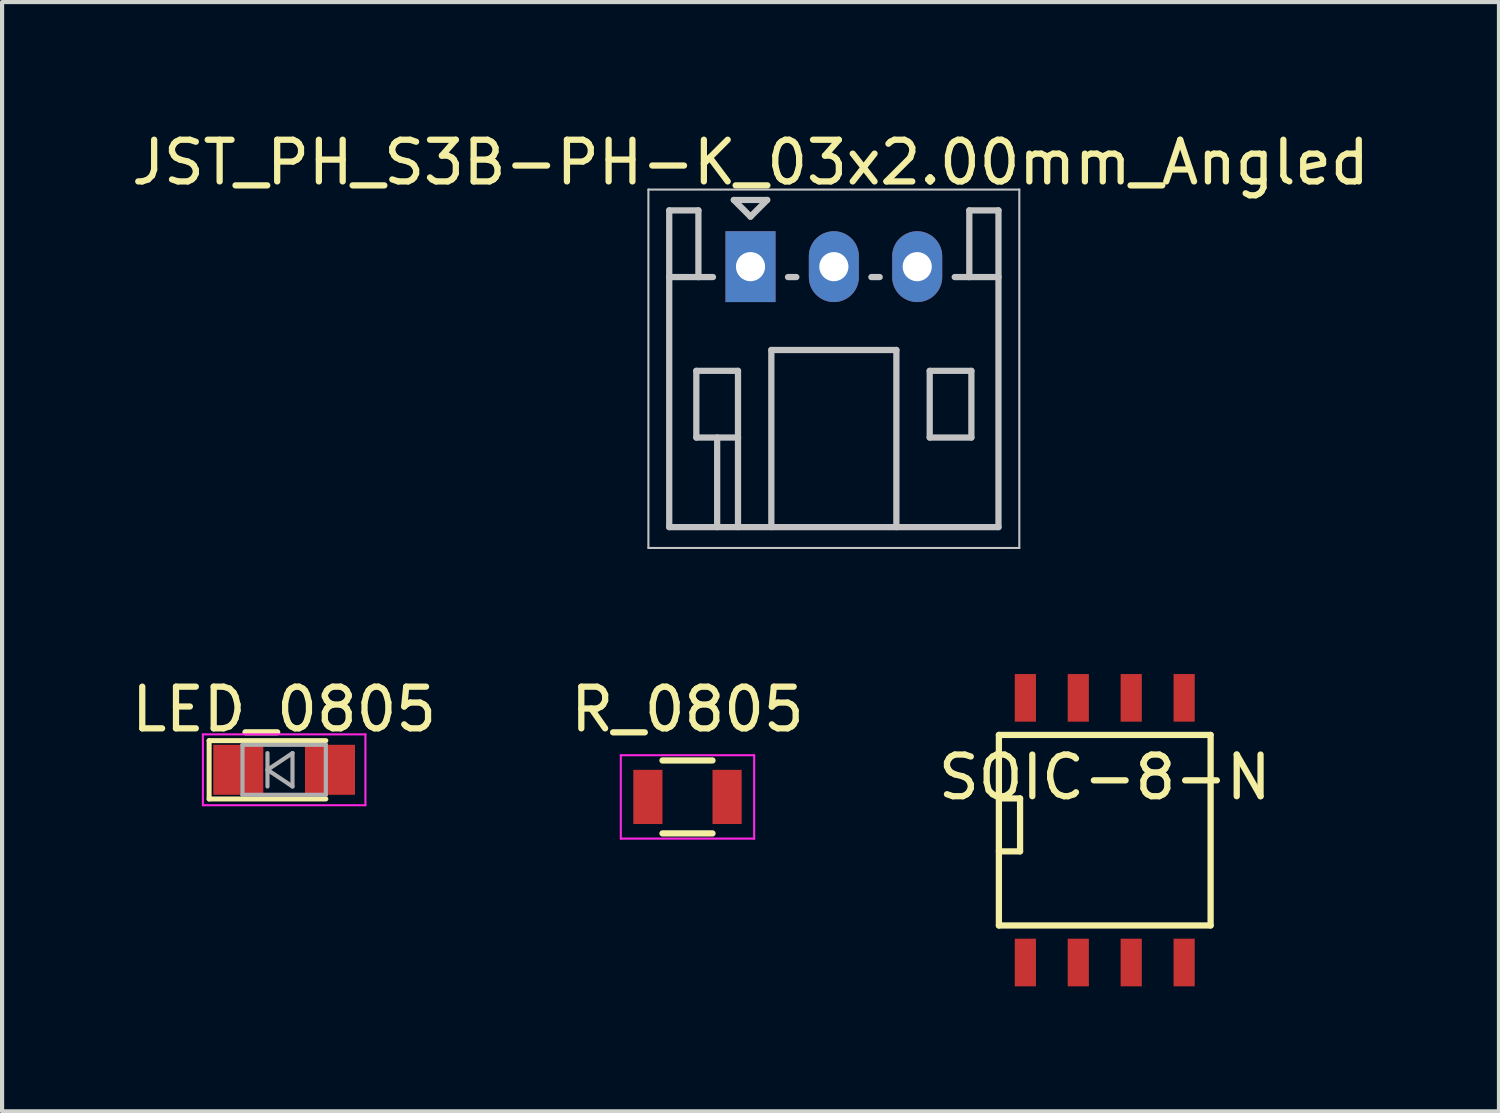
<source format=kicad_pcb>
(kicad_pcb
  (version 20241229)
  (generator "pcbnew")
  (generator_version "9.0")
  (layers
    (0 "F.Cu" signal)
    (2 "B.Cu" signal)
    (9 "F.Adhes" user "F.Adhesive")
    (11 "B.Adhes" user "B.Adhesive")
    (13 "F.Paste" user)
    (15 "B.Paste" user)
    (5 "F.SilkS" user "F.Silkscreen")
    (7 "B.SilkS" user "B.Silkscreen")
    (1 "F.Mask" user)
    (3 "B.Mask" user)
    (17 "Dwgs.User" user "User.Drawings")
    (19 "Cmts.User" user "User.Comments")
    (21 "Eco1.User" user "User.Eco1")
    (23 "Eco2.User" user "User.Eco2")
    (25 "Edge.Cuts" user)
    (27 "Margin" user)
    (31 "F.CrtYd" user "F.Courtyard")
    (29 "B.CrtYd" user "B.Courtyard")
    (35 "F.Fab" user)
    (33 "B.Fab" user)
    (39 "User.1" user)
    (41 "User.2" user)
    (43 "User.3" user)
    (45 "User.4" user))
  (footprint "R_0805"
    (layer "F.Cu")
    (at 13.446 16.072)
    (property "Reference" "R_0805" (at 0 -2.1 0) (layer "F.SilkS") (effects (font (size 1 1) (thickness 0.15))))
    (attr smd)
    (fp_line (start -0.6 -0.875) (end 0.6 -0.875) (stroke (width 0.15) (type solid)) (layer "F.SilkS"))
    (fp_line (start 0.6 0.875) (end -0.6 0.875) (stroke (width 0.15) (type solid)) (layer "F.SilkS"))
    (fp_line (start -1.6 -1) (end -1.6 1) (stroke (width 0.05) (type solid)) (layer "F.CrtYd"))
    (fp_line (start -1.6 -1) (end 1.6 -1) (stroke (width 0.05) (type solid)) (layer "F.CrtYd"))
    (fp_line (start -1.6 1) (end 1.6 1) (stroke (width 0.05) (type solid)) (layer "F.CrtYd"))
    (fp_line (start 1.6 -1) (end 1.6 1) (stroke (width 0.05) (type solid)) (layer "F.CrtYd"))
    (pad "1" smd rect (at -0.95 0) (size 0.7 1.3) (layers "F.Cu" "F.Mask" "F.Paste"))
    (pad "2" smd rect (at 0.95 0) (size 0.7 1.3) (layers "F.Cu" "F.Mask" "F.Paste")))
  (footprint "LED_0805"
    (layer "F.Cu")
    (at 3.768 15.421)
    (property "Reference" "LED_0805" (at 0 -1.45 0) (layer "F.SilkS") (effects (font (size 1 1) (thickness 0.15))))
    (attr smd)
    (fp_line (start -1.8 -0.7) (end -1.8 0.7) (stroke (width 0.12) (type solid)) (layer "F.SilkS"))
    (fp_line (start -1.8 -0.7) (end 1 -0.7) (stroke (width 0.12) (type solid)) (layer "F.SilkS"))
    (fp_line (start -1.8 0.7) (end 1 0.7) (stroke (width 0.12) (type solid)) (layer "F.SilkS"))
    (fp_line (start -1.95 -0.85) (end 1.95 -0.85) (stroke (width 0.05) (type solid)) (layer "F.CrtYd"))
    (fp_line (start -1.95 0.85) (end -1.95 -0.85) (stroke (width 0.05) (type solid)) (layer "F.CrtYd"))
    (fp_line (start 1.95 -0.85) (end 1.95 0.85) (stroke (width 0.05) (type solid)) (layer "F.CrtYd"))
    (fp_line (start 1.95 0.85) (end -1.95 0.85) (stroke (width 0.05) (type solid)) (layer "F.CrtYd"))
    (fp_line (start -1 -0.6) (end 1 -0.6) (stroke (width 0.1) (type solid)) (layer "F.Fab"))
    (fp_line (start -1 0.6) (end -1 -0.6) (stroke (width 0.1) (type solid)) (layer "F.Fab"))
    (fp_line (start -0.4 -0.4) (end -0.4 0.4) (stroke (width 0.1) (type solid)) (layer "F.Fab"))
    (fp_line (start -0.4 0) (end 0.2 -0.4) (stroke (width 0.1) (type solid)) (layer "F.Fab"))
    (fp_line (start 0.2 -0.4) (end 0.2 0.4) (stroke (width 0.1) (type solid)) (layer "F.Fab"))
    (fp_line (start 0.2 0.4) (end -0.4 0) (stroke (width 0.1) (type solid)) (layer "F.Fab"))
    (fp_line (start 1 -0.6) (end 1 0.6) (stroke (width 0.1) (type solid)) (layer "F.Fab"))
    (fp_line (start 1 0.6) (end -1 0.6) (stroke (width 0.1) (type solid)) (layer "F.Fab"))
    (pad "1" smd rect (at -1.1 0 180) (size 1.2 1.2) (layers "F.Cu" "F.Mask" "F.Paste"))
    (pad "2" smd rect (at 1.1 0 180) (size 1.2 1.2) (layers "F.Cu" "F.Mask" "F.Paste")))
  (footprint "JST_PH_S3B-PH-K_03x2.00mm_Angled"
    (layer "F.Cu")
    (at 14.958 3.348)
    (property "Reference" "JST_PH_S3B-PH-K_03x2.00mm_Angled" (at 0 -2.5 0) (layer "F.SilkS") (effects (font (size 1 1) (thickness 0.15))))
    (attr through_hole)
    (fp_line (start -2.45 -1.85) (end 6.45 -1.85) (stroke (width 0.05) (type solid)) (layer "Dwgs.User"))
    (fp_line (start -2.45 6.75) (end -2.45 -1.85) (stroke (width 0.05) (type solid)) (layer "Dwgs.User"))
    (fp_line (start -1.95 -1.35) (end -1.95 6.25) (stroke (width 0.15) (type solid)) (layer "Dwgs.User"))
    (fp_line (start -1.95 0.25) (end -1.25 0.25) (stroke (width 0.15) (type solid)) (layer "Dwgs.User"))
    (fp_line (start -1.95 6.25) (end 5.95 6.25) (stroke (width 0.15) (type solid)) (layer "Dwgs.User"))
    (fp_line (start -1.3 2.5) (end -1.3 4.1) (stroke (width 0.15) (type solid)) (layer "Dwgs.User"))
    (fp_line (start -1.3 4.1) (end -0.3 4.1) (stroke (width 0.15) (type solid)) (layer "Dwgs.User"))
    (fp_line (start -1.25 -1.35) (end -1.95 -1.35) (stroke (width 0.15) (type solid)) (layer "Dwgs.User"))
    (fp_line (start -1.25 0.25) (end -1.25 -1.35) (stroke (width 0.15) (type solid)) (layer "Dwgs.User"))
    (fp_line (start -0.9 0.25) (end -1.25 0.25) (stroke (width 0.15) (type solid)) (layer "Dwgs.User"))
    (fp_line (start -0.8 4.1) (end -0.8 6.25) (stroke (width 0.15) (type solid)) (layer "Dwgs.User"))
    (fp_line (start -0.4 -1.6) (end 0.4 -1.6) (stroke (width 0.15) (type solid)) (layer "Dwgs.User"))
    (fp_line (start -0.3 2.5) (end -1.3 2.5) (stroke (width 0.15) (type solid)) (layer "Dwgs.User"))
    (fp_line (start -0.3 4.1) (end -0.3 2.5) (stroke (width 0.15) (type solid)) (layer "Dwgs.User"))
    (fp_line (start -0.3 4.1) (end -0.3 6.25) (stroke (width 0.15) (type solid)) (layer "Dwgs.User"))
    (fp_line (start 0 -1.2) (end -0.4 -1.6) (stroke (width 0.15) (type solid)) (layer "Dwgs.User"))
    (fp_line (start 0.4 -1.6) (end 0 -1.2) (stroke (width 0.15) (type solid)) (layer "Dwgs.User"))
    (fp_line (start 0.5 2) (end 3.5 2) (stroke (width 0.15) (type solid)) (layer "Dwgs.User"))
    (fp_line (start 0.5 6.25) (end 0.5 2) (stroke (width 0.15) (type solid)) (layer "Dwgs.User"))
    (fp_line (start 0.9 0.25) (end 1.1 0.25) (stroke (width 0.15) (type solid)) (layer "Dwgs.User"))
    (fp_line (start 2.9 0.25) (end 3.1 0.25) (stroke (width 0.15) (type solid)) (layer "Dwgs.User"))
    (fp_line (start 3.5 2) (end 3.5 6.25) (stroke (width 0.15) (type solid)) (layer "Dwgs.User"))
    (fp_line (start 4.3 2.5) (end 5.3 2.5) (stroke (width 0.15) (type solid)) (layer "Dwgs.User"))
    (fp_line (start 4.3 4.1) (end 4.3 2.5) (stroke (width 0.15) (type solid)) (layer "Dwgs.User"))
    (fp_line (start 5.25 -1.35) (end 5.25 0.25) (stroke (width 0.15) (type solid)) (layer "Dwgs.User"))
    (fp_line (start 5.25 0.25) (end 4.9 0.25) (stroke (width 0.15) (type solid)) (layer "Dwgs.User"))
    (fp_line (start 5.3 2.5) (end 5.3 4.1) (stroke (width 0.15) (type solid)) (layer "Dwgs.User"))
    (fp_line (start 5.3 4.1) (end 4.3 4.1) (stroke (width 0.15) (type solid)) (layer "Dwgs.User"))
    (fp_line (start 5.95 -1.35) (end 5.25 -1.35) (stroke (width 0.15) (type solid)) (layer "Dwgs.User"))
    (fp_line (start 5.95 0.25) (end 5.25 0.25) (stroke (width 0.15) (type solid)) (layer "Dwgs.User"))
    (fp_line (start 5.95 6.25) (end 5.95 -1.35) (stroke (width 0.15) (type solid)) (layer "Dwgs.User"))
    (fp_line (start 6.45 -1.85) (end 6.45 6.75) (stroke (width 0.05) (type solid)) (layer "Dwgs.User"))
    (fp_line (start 6.45 6.75) (end -2.45 6.75) (stroke (width 0.05) (type solid)) (layer "Dwgs.User"))
    (pad "1" thru_hole rect (at 0 0) (size 1.2 1.7) (drill 0.7) (layers "*.Cu" "*.Mask"))
    (pad "2" thru_hole oval (at 2 0) (size 1.2 1.7) (drill 0.7) (layers "*.Cu" "*.Mask"))
    (pad "3" thru_hole oval (at 4 0) (size 1.2 1.7) (drill 0.7) (layers "*.Cu" "*.Mask")))
  (footprint "SOIC-8-N"
    (layer "F.Cu")
    (at 23.458 16.87)
    (property "Reference" "SOIC-8-N" (at 0 -1.27 0) (layer "F.SilkS") (effects (font (size 1 1) (thickness 0.15))))
    (attr smd)
    (fp_line (start -2.54 -2.286) (end 2.54 -2.286) (stroke (width 0.15) (type solid)) (layer "F.SilkS"))
    (fp_line (start -2.54 -0.762) (end -2.032 -0.762) (stroke (width 0.15) (type solid)) (layer "F.SilkS"))
    (fp_line (start -2.54 2.286) (end -2.54 -2.286) (stroke (width 0.15) (type solid)) (layer "F.SilkS"))
    (fp_line (start -2.032 -0.762) (end -2.032 0.508) (stroke (width 0.15) (type solid)) (layer "F.SilkS"))
    (fp_line (start -2.032 0.508) (end -2.54 0.508) (stroke (width 0.15) (type solid)) (layer "F.SilkS"))
    (fp_line (start 2.54 -2.286) (end 2.54 2.286) (stroke (width 0.15) (type solid)) (layer "F.SilkS"))
    (fp_line (start 2.54 2.286) (end -2.54 2.286) (stroke (width 0.15) (type solid)) (layer "F.SilkS"))
    (pad "1" smd rect (at -1.905 3.175) (size 0.508 1.143) (layers "F.Cu" "F.Mask" "F.Paste"))
    (pad "2" smd rect (at -0.635 3.175) (size 0.508 1.143) (layers "F.Cu" "F.Mask" "F.Paste"))
    (pad "3" smd rect (at 0.635 3.175) (size 0.508 1.143) (layers "F.Cu" "F.Mask" "F.Paste"))
    (pad "4" smd rect (at 1.905 3.175) (size 0.508 1.143) (layers "F.Cu" "F.Mask" "F.Paste"))
    (pad "5" smd rect (at 1.905 -3.175) (size 0.508 1.143) (layers "F.Cu" "F.Mask" "F.Paste"))
    (pad "6" smd rect (at 0.635 -3.175) (size 0.508 1.143) (layers "F.Cu" "F.Mask" "F.Paste"))
    (pad "7" smd rect (at -0.635 -3.175) (size 0.508 1.143) (layers "F.Cu" "F.Mask" "F.Paste"))
    (pad "8" smd rect (at -1.905 -3.175) (size 0.508 1.143) (layers "F.Cu" "F.Mask" "F.Paste")))
  (gr_rect
    (start -3 -3)
    (end 32.917 23.616)
    (stroke (width 0.1) (type default))
    (fill no)
    (layer "Edge.Cuts")))
</source>
